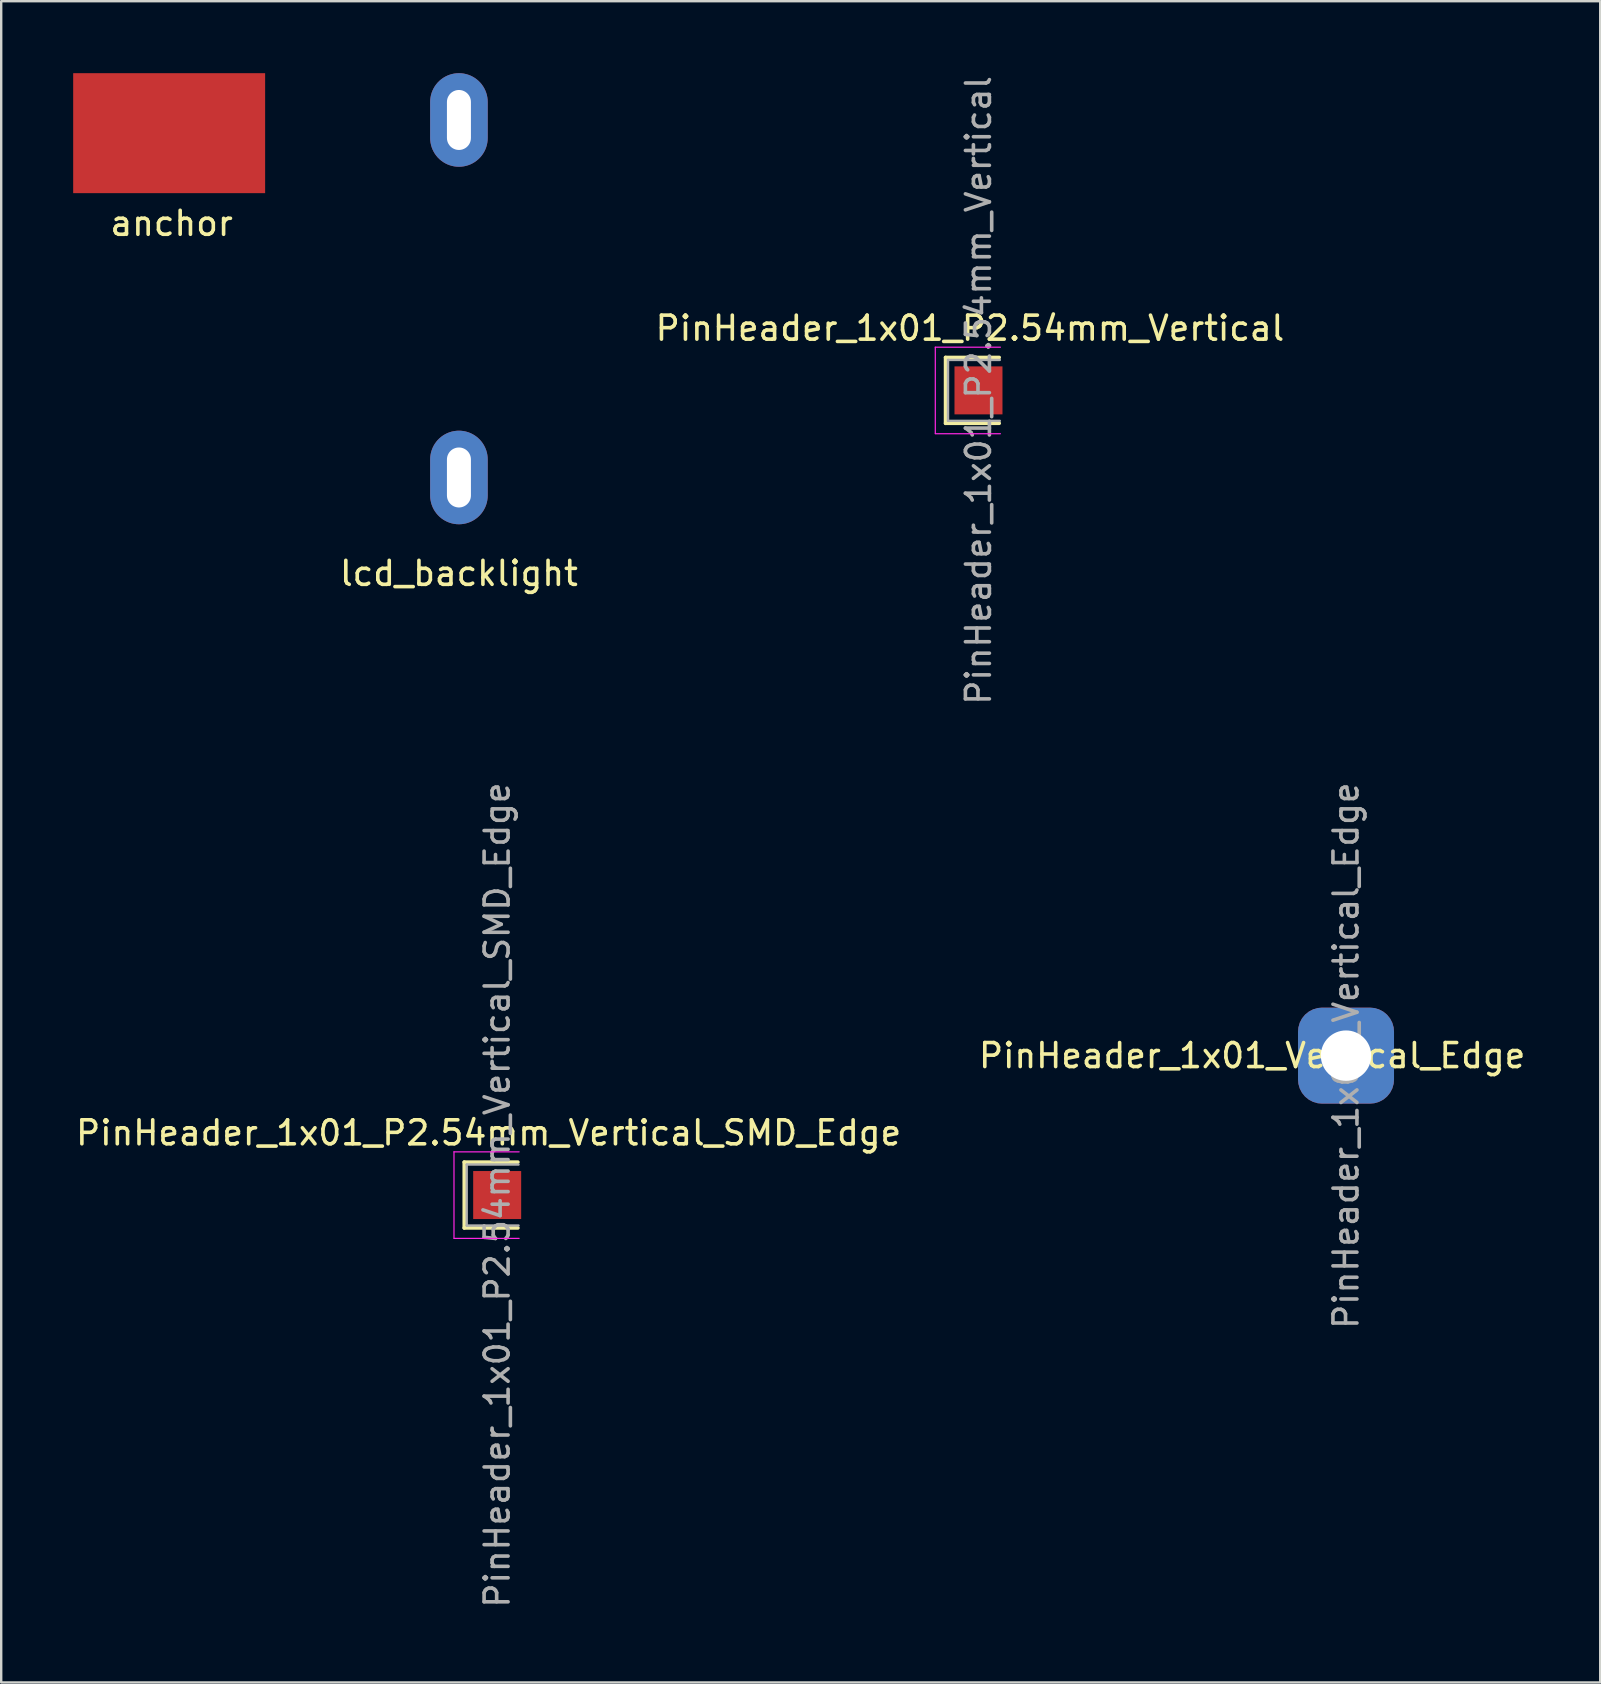
<source format=kicad_pcb>
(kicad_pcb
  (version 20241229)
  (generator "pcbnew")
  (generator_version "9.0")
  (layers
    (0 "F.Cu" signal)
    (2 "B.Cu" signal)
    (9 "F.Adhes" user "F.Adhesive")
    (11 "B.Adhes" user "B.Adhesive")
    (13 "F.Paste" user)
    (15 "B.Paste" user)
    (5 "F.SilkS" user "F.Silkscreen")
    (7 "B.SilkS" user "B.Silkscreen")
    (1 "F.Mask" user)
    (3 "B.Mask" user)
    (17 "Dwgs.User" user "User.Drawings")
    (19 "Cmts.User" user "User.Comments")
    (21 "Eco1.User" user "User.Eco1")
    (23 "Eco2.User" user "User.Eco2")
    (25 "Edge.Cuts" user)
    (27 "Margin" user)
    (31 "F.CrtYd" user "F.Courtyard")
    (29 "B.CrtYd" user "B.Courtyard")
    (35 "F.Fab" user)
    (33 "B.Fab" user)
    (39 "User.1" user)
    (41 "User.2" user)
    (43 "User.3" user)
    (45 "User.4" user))
  (footprint "PinHeader_1x01_P2.54mm_Vertical_SMD_Edge"
    (layer "F.Cu")
    (at 17.671 46.756)
    (property "Reference" "PinHeader_1x01_P2.54mm_Vertical_SMD_Edge" (at -0.356 -2.591 0) (layer "F.SilkS") (effects (font (size 1 1) (thickness 0.15))))
    (attr smd)
    (fp_line (start -1.372 -1.372) (end -1.372 1.372) (stroke (width 0.15) (type solid)) (layer "F.SilkS"))
    (fp_line (start -1.372 1.372) (end 0.864 1.372) (stroke (width 0.15) (type solid)) (layer "F.SilkS"))
    (fp_line (start 0.864 -1.372) (end -1.372 -1.372) (stroke (width 0.15) (type solid)) (layer "F.SilkS"))
    (fp_line (start -1.8 -1.8) (end -1.8 1.8) (stroke (width 0.05) (type solid)) (layer "F.CrtYd"))
    (fp_line (start 0.914 -1.8) (end -1.8 -1.8) (stroke (width 0.05) (type solid)) (layer "F.CrtYd"))
    (fp_line (start 0.914 1.807) (end -1.8 1.807) (stroke (width 0.05) (type solid)) (layer "F.CrtYd"))
    (fp_line (start -1.27 -1.27) (end 0.889 -1.27) (stroke (width 0.1) (type solid)) (layer "F.Fab"))
    (fp_line (start -1.27 1.27) (end -1.27 -1.27) (stroke (width 0.1) (type solid)) (layer "F.Fab"))
    (fp_line (start -1.27 1.27) (end 0.889 1.27) (stroke (width 0.1) (type solid)) (layer "F.Fab"))
    (fp_text user "${REFERENCE}" (at 0 0 90) (layer "F.Fab") (effects (font (size 1 1) (thickness 0.15))))
    (pad "1" smd rect (at 0 0) (size 2 2) (layers "F.Cu" "F.Mask" "F.Paste")))
  (footprint "lcd_backlight"
    (layer "F.Cu")
    (at 16.077 1.95)
    (property "Reference" "lcd_backlight" (at 0 18.898 0) (layer "F.SilkS") (effects (font (size 1 1) (thickness 0.15))))
    (attr through_hole)
    (pad "1" thru_hole oval (at 0 0) (size 2.4 3.9) (drill oval 1 2.5) (layers "*.Cu" "*.Mask"))
    (pad "2" thru_hole oval (at 0 14.9) (size 2.4 3.9) (drill oval 1 2.5) (layers "*.Cu" "*.Mask")))
  (footprint "PinHeader_1x01_P2.54mm_Vertical"
    (layer "F.Cu")
    (at 37.731 13.22)
    (property "Reference" "PinHeader_1x01_P2.54mm_Vertical" (at -0.356 -2.591 0) (layer "F.SilkS") (effects (font (size 1 1) (thickness 0.15))))
    (attr smd)
    (fp_line (start -1.372 -1.372) (end -1.372 1.372) (stroke (width 0.15) (type solid)) (layer "F.SilkS"))
    (fp_line (start -1.372 1.372) (end 0.864 1.372) (stroke (width 0.15) (type solid)) (layer "F.SilkS"))
    (fp_line (start 0.864 -1.372) (end -1.372 -1.372) (stroke (width 0.15) (type solid)) (layer "F.SilkS"))
    (fp_line (start -1.8 -1.8) (end -1.8 1.8) (stroke (width 0.05) (type solid)) (layer "F.CrtYd"))
    (fp_line (start 0.914 -1.8) (end -1.8 -1.8) (stroke (width 0.05) (type solid)) (layer "F.CrtYd"))
    (fp_line (start 0.914 1.807) (end -1.8 1.807) (stroke (width 0.05) (type solid)) (layer "F.CrtYd"))
    (fp_line (start -1.27 -1.27) (end 0.889 -1.27) (stroke (width 0.1) (type solid)) (layer "F.Fab"))
    (fp_line (start -1.27 1.27) (end -1.27 -1.27) (stroke (width 0.1) (type solid)) (layer "F.Fab"))
    (fp_line (start -1.27 1.27) (end 0.889 1.27) (stroke (width 0.1) (type solid)) (layer "F.Fab"))
    (fp_text user "${REFERENCE}" (at 0 0 90) (layer "F.Fab") (effects (font (size 1 1) (thickness 0.15))))
    (pad "1" smd rect (at 0 0) (size 2 2) (layers "F.Cu" "F.Mask" "F.Paste")))
  (footprint "PinHeader_1x01_Vertical_Edge"
    (layer "F.Cu")
    (at 53.049 40.946)
    (property "Reference" "PinHeader_1x01_Vertical_Edge" (at -3.912 0 0) (layer "F.SilkS") (effects (font (size 1 1) (thickness 0.15))))
    (attr smd)
    (fp_text user "${REFERENCE}" (at 0 0 90) (layer "F.Fab") (effects (font (size 1 1) (thickness 0.15))))
    (pad "1" thru_hole roundrect (at 0 0) (size 4 4) (drill 2.1) (layers "*.Cu" "*.Mask") (roundrect_rratio 0.25)))
  (footprint "anchor"
    (layer "F.Cu")
    (at 4.102 2.043)
    (property "Reference" "anchor" (at 0 4.216 0) (layer "F.SilkS") (effects (font (size 1 1) (thickness 0.15))))
    (attr through_hole)
    (pad "1" smd rect (at -0.102 0.457) (size 8 5) (layers "F.Cu" "F.Mask" "F.Paste")))
  (gr_rect
    (start -3 -3)
    (end 63.643 67.071)
    (stroke (width 0.1) (type default))
    (fill no)
    (layer "Edge.Cuts")))
</source>
